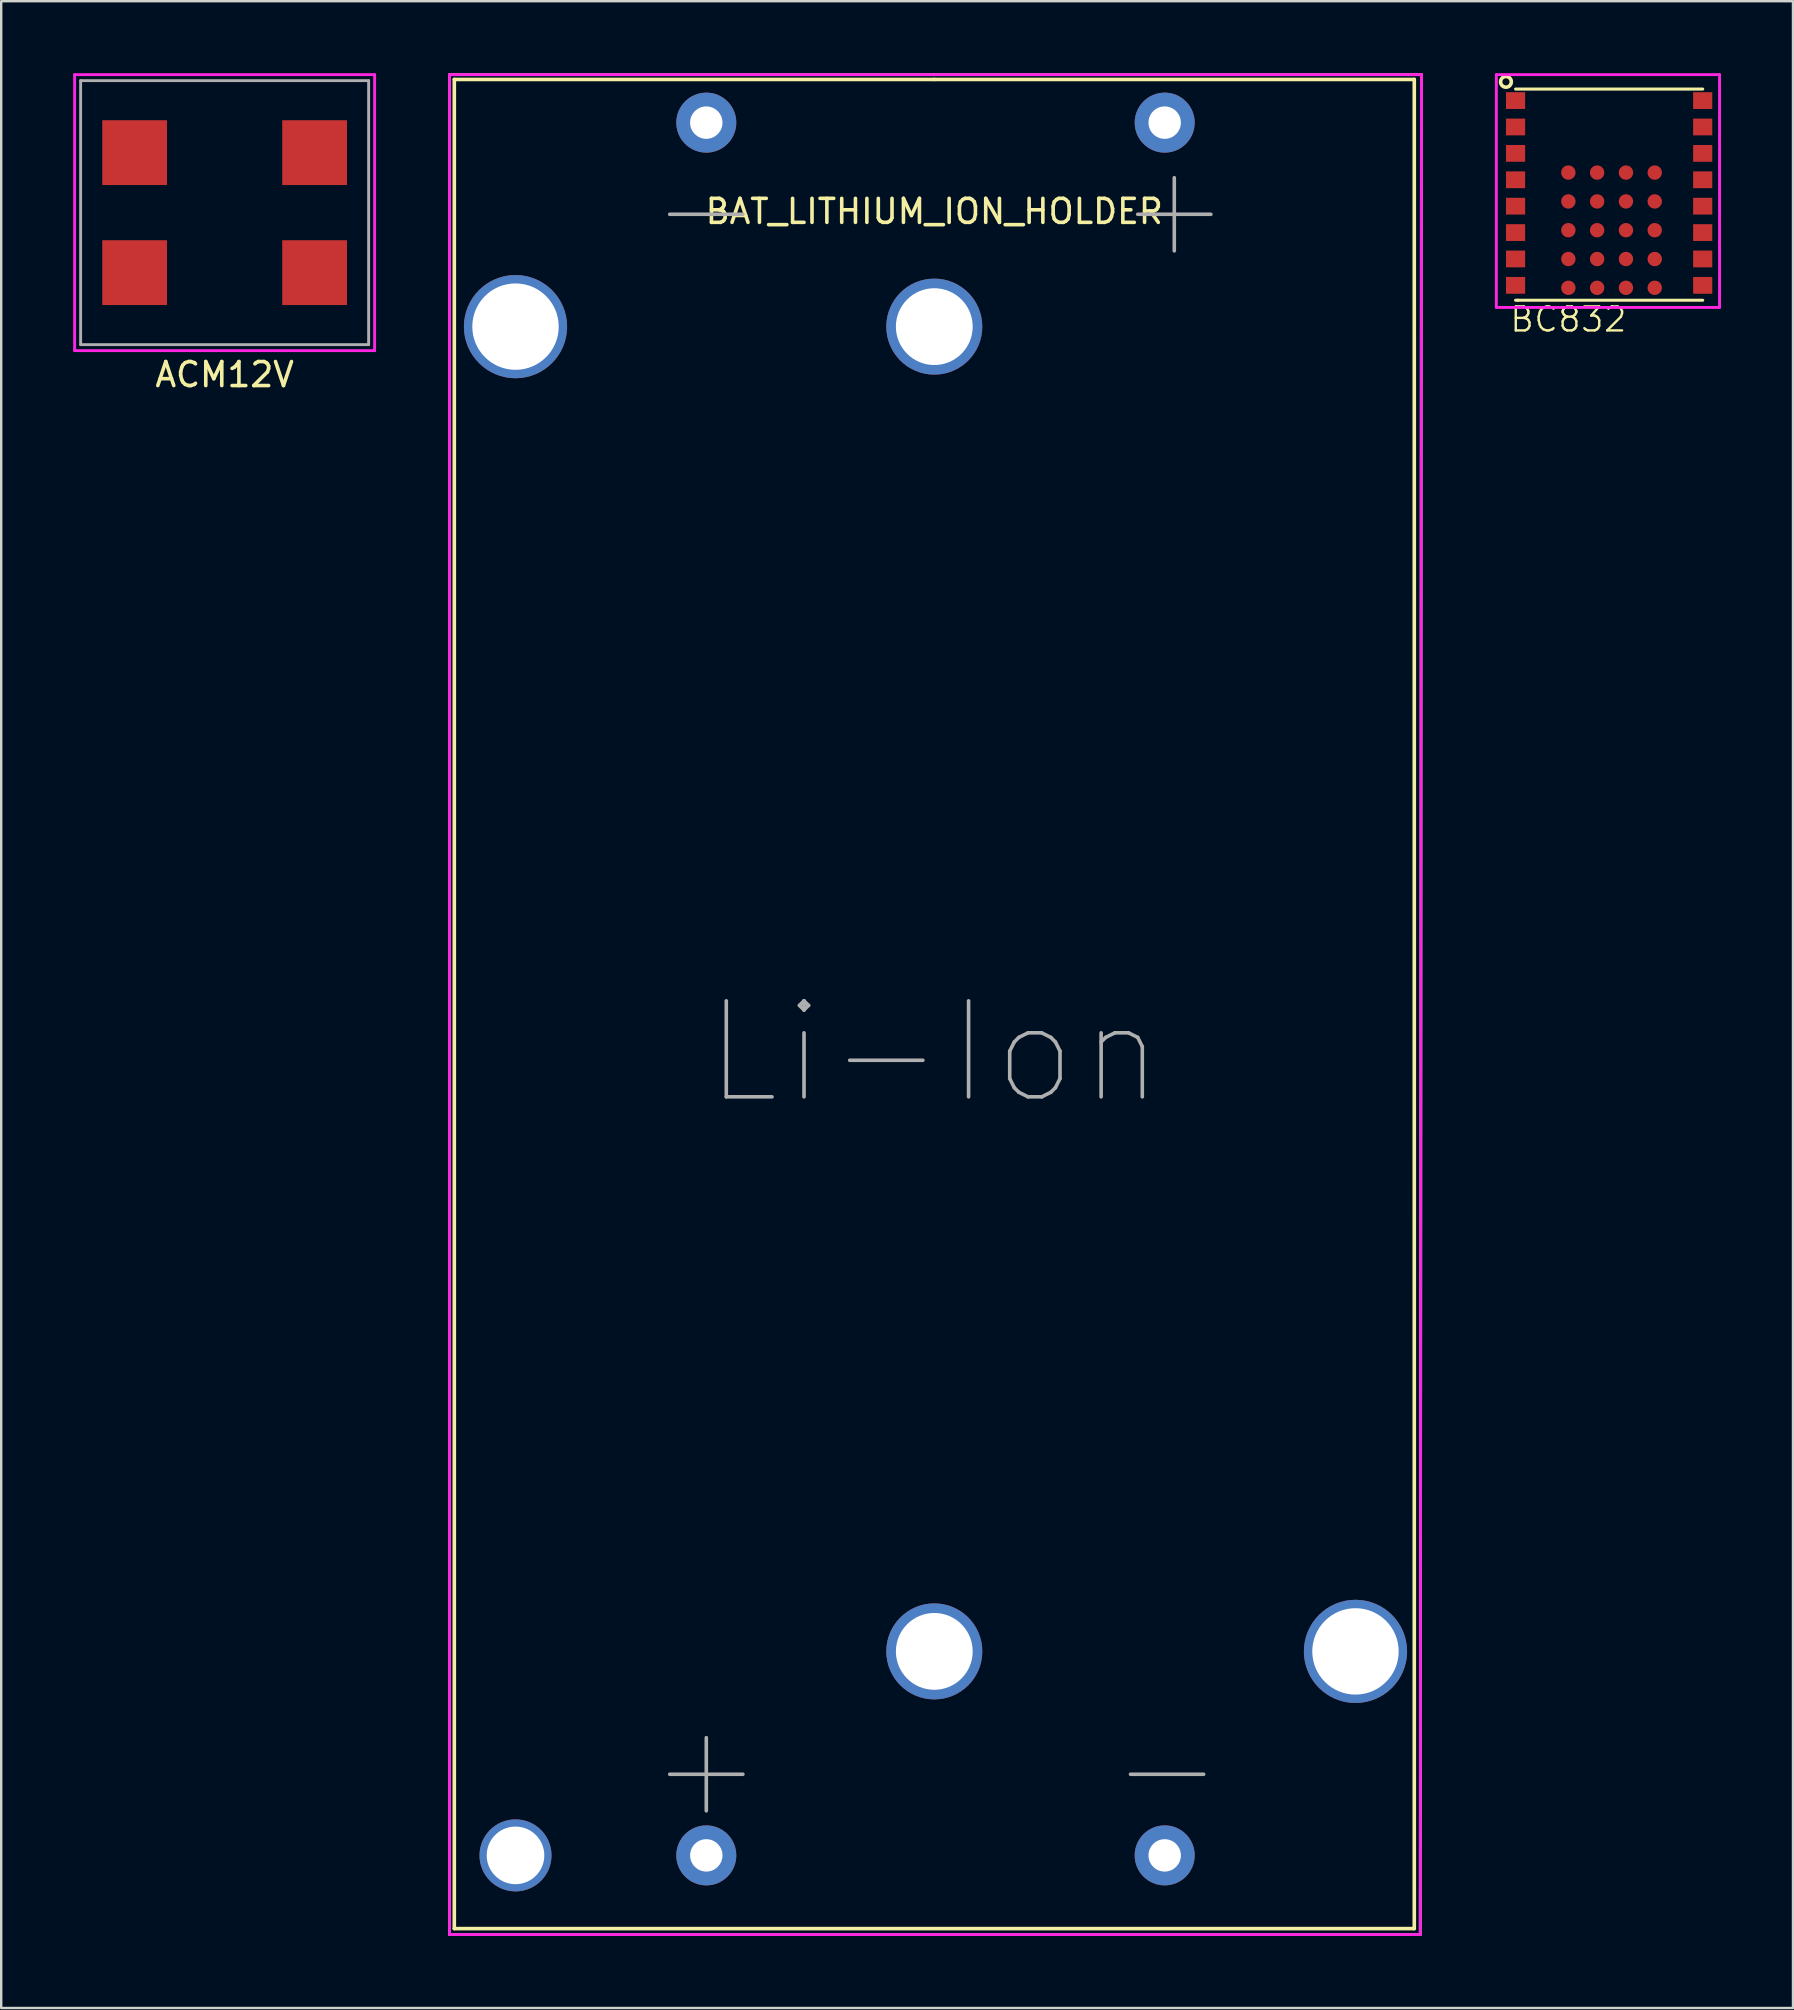
<source format=kicad_pcb>
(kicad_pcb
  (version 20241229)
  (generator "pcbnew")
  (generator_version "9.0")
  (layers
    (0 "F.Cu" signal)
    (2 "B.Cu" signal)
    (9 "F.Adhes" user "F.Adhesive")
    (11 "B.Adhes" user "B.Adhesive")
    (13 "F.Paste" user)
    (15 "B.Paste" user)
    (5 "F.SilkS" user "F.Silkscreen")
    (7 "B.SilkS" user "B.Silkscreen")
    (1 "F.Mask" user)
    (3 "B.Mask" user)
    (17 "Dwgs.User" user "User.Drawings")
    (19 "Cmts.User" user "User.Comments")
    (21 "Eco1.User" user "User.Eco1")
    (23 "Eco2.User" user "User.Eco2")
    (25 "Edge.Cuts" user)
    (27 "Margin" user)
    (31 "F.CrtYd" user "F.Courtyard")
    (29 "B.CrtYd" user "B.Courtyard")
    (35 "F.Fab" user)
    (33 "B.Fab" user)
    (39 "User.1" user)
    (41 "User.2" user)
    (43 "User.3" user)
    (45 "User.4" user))
  (footprint "BAT_LITHIUM_ION_HOLDER"
    (layer "F.Cu")
    (at 35.88 0.26)
    (property "Reference" "BAT_LITHIUM_ION_HOLDER" (at 0 5.5 0) (layer "F.SilkS") (effects (font (size 1 1) (thickness 0.15))))
    (attr through_hole)
    (fp_line (start -20 0) (end -20 77.05) (stroke (width 0.15) (type solid)) (layer "F.SilkS"))
    (fp_line (start -20 77.05) (end 20 77.05) (stroke (width 0.15) (type solid)) (layer "F.SilkS"))
    (fp_line (start 0 0) (end -20 0) (stroke (width 0.15) (type solid)) (layer "F.SilkS"))
    (fp_line (start 20 0) (end 0 0) (stroke (width 0.15) (type solid)) (layer "F.SilkS"))
    (fp_line (start 20 77.05) (end 20 0) (stroke (width 0.15) (type solid)) (layer "F.SilkS"))
    (fp_line (start -20.2 -0.2) (end -20.2 77.3) (stroke (width 0.12) (type solid)) (layer "F.CrtYd"))
    (fp_line (start -20.2 77.3) (end 20.25 77.3) (stroke (width 0.12) (type solid)) (layer "F.CrtYd"))
    (fp_line (start 20.25 77.3) (end 20.3 -0.2) (stroke (width 0.12) (type solid)) (layer "F.CrtYd"))
    (fp_line (start 20.3 -0.2) (end -20.2 -0.2) (stroke (width 0.12) (type solid)) (layer "F.CrtYd"))
    (fp_line (start -20.2 -0.2) (end -20.2 77.3) (stroke (width 0.12) (type solid)) (layer "F.Fab"))
    (fp_line (start -20.2 77.3) (end 20.25 77.3) (stroke (width 0.12) (type solid)) (layer "F.Fab"))
    (fp_line (start 20.25 77.3) (end 20.3 -0.2) (stroke (width 0.12) (type solid)) (layer "F.Fab"))
    (fp_line (start 20.3 -0.2) (end -20.2 -0.2) (stroke (width 0.12) (type solid)) (layer "F.Fab"))
    (fp_text user "-" (at 9.7 70.3 0) (layer "F.Fab") (effects (font (size 4 4) (thickness 0.15))))
    (fp_text user "+" (at 10 5.3 0) (layer "F.Fab") (effects (font (size 4 4) (thickness 0.15))))
    (fp_text user "+" (at -9.5 70.3 0) (layer "F.Fab") (effects (font (size 4 4) (thickness 0.15))))
    (fp_text user "Li-Ion" (at 0 40.55 0) (layer "F.Fab") (effects (font (size 4 4) (thickness 0.15))))
    (fp_text user "-" (at -9.5 5.3 0) (layer "F.Fab") (effects (font (size 4 4) (thickness 0.15))))
    (pad "" np_thru_hole circle (at -17.45 10.3) (size 4.3 4.3) (drill 3.6) (layers "*.Cu" "*.Mask"))
    (pad "" np_thru_hole circle (at -17.45 74) (size 3 3) (drill 2.4) (layers "*.Cu" "*.Mask"))
    (pad "" np_thru_hole circle (at 0 10.3) (size 4 4) (drill 3.2) (layers "*.Cu" "*.Mask"))
    (pad "" np_thru_hole circle (at 0 65.5) (size 4 4) (drill 3.2) (layers "*.Cu" "*.Mask"))
    (pad "" np_thru_hole circle (at 17.55 65.5) (size 4.3 4.3) (drill 3.6) (layers "*.Cu" "*.Mask"))
    (pad "1" thru_hole circle (at -9.5 74) (size 2.5 2.5) (drill 1.35) (layers "*.Cu" "*.Mask"))
    (pad "2" thru_hole circle (at 9.6 74) (size 2.5 2.5) (drill 1.35) (layers "*.Cu" "*.Mask"))
    (pad "3" thru_hole circle (at 9.6 1.8) (size 2.5 2.5) (drill 1.35) (layers "*.Cu" "*.Mask"))
    (pad "4" thru_hole circle (at -9.5 1.8) (size 2.5 2.5) (drill 1.35) (layers "*.Cu" "*.Mask")))
  (footprint "ACM12V"
    (layer "F.Cu")
    (at 6.31 5.81)
    (property "Reference" "ACM12V" (at 0 6.75 0) (layer "F.SilkS") (effects (font (size 1 1) (thickness 0.15))))
    (attr through_hole)
    (fp_line (start -6.25 -5.75) (end 6.25 -5.75) (stroke (width 0.12) (type solid)) (layer "F.CrtYd"))
    (fp_line (start -6.25 5.75) (end -6.25 -5.75) (stroke (width 0.12) (type solid)) (layer "F.CrtYd"))
    (fp_line (start 6.25 -5.75) (end 6.25 5.75) (stroke (width 0.12) (type solid)) (layer "F.CrtYd"))
    (fp_line (start 6.25 5.75) (end -6.25 5.75) (stroke (width 0.12) (type solid)) (layer "F.CrtYd"))
    (fp_line (start -6 -5.5) (end 6 -5.5) (stroke (width 0.12) (type solid)) (layer "F.Fab"))
    (fp_line (start -6 5.5) (end -6 -5.5) (stroke (width 0.12) (type solid)) (layer "F.Fab"))
    (fp_line (start 6 -5.5) (end 6 5.5) (stroke (width 0.12) (type solid)) (layer "F.Fab"))
    (fp_line (start 6 5.5) (end -6 5.5) (stroke (width 0.12) (type solid)) (layer "F.Fab"))
    (pad "1" smd rect (at -3.75 -2.5) (size 2.7 2.7) (layers "F.Cu" "F.Mask" "F.Paste"))
    (pad "2" smd rect (at -3.75 2.5) (size 2.7 2.7) (layers "F.Cu" "F.Mask" "F.Paste"))
    (pad "3" smd rect (at 3.75 2.5) (size 2.7 2.7) (layers "F.Cu" "F.Mask" "F.Paste"))
    (pad "4" smd rect (at 3.75 -2.5) (size 2.7 2.7) (layers "F.Cu" "F.Mask" "F.Paste")))
  (footprint "BC832"
    (layer "F.Cu")
    (at 60.1 9.46)
    (property "Reference" "BC832" (at 2.2 0.8 0) (layer "F.SilkS") (effects (font (size 1 1) (thickness 0.1))))
    (attr smd)
    (fp_line (start 0 -8.799) (end 7.798 -8.799) (stroke (width 0.127) (type solid)) (layer "F.SilkS"))
    (fp_line (start 0.099 0) (end 0 0) (stroke (width 0.127) (type solid)) (layer "F.SilkS"))
    (fp_line (start 7.798 0) (end 0.099 0) (stroke (width 0.127) (type solid)) (layer "F.SilkS"))
    (fp_circle (center -0.4 -9.1) (end -0.2 -9) (stroke (width 0.15) (type solid)) (fill no) (layer "F.SilkS"))
    (fp_line (start -0.8 -9.4) (end 8.5 -9.4) (stroke (width 0.12) (type solid)) (layer "F.CrtYd"))
    (fp_line (start -0.8 0.3) (end -0.8 -9.4) (stroke (width 0.12) (type solid)) (layer "F.CrtYd"))
    (fp_line (start 8.5 -9.4) (end 8.5 0.3) (stroke (width 0.12) (type solid)) (layer "F.CrtYd"))
    (fp_line (start 8.5 0.3) (end -0.8 0.3) (stroke (width 0.12) (type solid)) (layer "F.CrtYd"))
    (pad "1" smd rect (at 0 -8.319 180) (size 0.798 0.699) (layers "F.Cu" "F.Mask" "F.Paste"))
    (pad "2" smd rect (at 0 -7.219) (size 0.798 0.699) (layers "F.Cu" "F.Mask" "F.Paste"))
    (pad "3" smd rect (at 0 -6.119) (size 0.798 0.699) (layers "F.Cu" "F.Mask" "F.Paste"))
    (pad "4" smd rect (at 0 -5.019) (size 0.798 0.699) (layers "F.Cu" "F.Mask" "F.Paste"))
    (pad "5" smd rect (at 0 -3.919) (size 0.798 0.699) (layers "F.Cu" "F.Mask" "F.Paste"))
    (pad "6" smd rect (at 0 -2.819) (size 0.798 0.699) (layers "F.Cu" "F.Mask" "F.Paste"))
    (pad "7" smd rect (at 0 -1.72) (size 0.798 0.699) (layers "F.Cu" "F.Mask" "F.Paste"))
    (pad "8" smd rect (at 0 -0.62) (size 0.798 0.699) (layers "F.Cu" "F.Mask" "F.Paste"))
    (pad "9" smd rect (at 7.798 -0.62) (size 0.798 0.699) (layers "F.Cu" "F.Mask" "F.Paste"))
    (pad "10" smd rect (at 7.798 -1.72) (size 0.798 0.699) (layers "F.Cu" "F.Mask" "F.Paste"))
    (pad "11" smd rect (at 7.798 -2.819) (size 0.798 0.699) (layers "F.Cu" "F.Mask" "F.Paste"))
    (pad "12" smd rect (at 7.798 -3.919) (size 0.798 0.699) (layers "F.Cu" "F.Mask" "F.Paste"))
    (pad "13" smd rect (at 7.798 -5.019) (size 0.798 0.699) (layers "F.Cu" "F.Mask" "F.Paste"))
    (pad "14" smd rect (at 7.798 -6.119) (size 0.798 0.699) (layers "F.Cu" "F.Mask" "F.Paste"))
    (pad "15" smd rect (at 7.798 -7.219) (size 0.798 0.699) (layers "F.Cu" "F.Mask" "F.Paste"))
    (pad "16" smd rect (at 7.798 -8.319) (size 0.798 0.699) (layers "F.Cu" "F.Mask" "F.Paste"))
    (pad "A1" smd circle (at 2.2 -5.319 180) (size 0.599 0.599) (layers "F.Cu" "F.Mask" "F.Paste"))
    (pad "A2" smd circle (at 2.2 -4.117 180) (size 0.599 0.599) (layers "F.Cu" "F.Mask" "F.Paste"))
    (pad "A3" smd circle (at 2.2 -2.918 180) (size 0.599 0.599) (layers "F.Cu" "F.Mask" "F.Paste"))
    (pad "A4" smd circle (at 2.2 -1.717 180) (size 0.599 0.599) (layers "F.Cu" "F.Mask" "F.Paste"))
    (pad "A5" smd circle (at 2.2 -0.518) (size 0.599 0.599) (layers "F.Cu" "F.Mask" "F.Paste"))
    (pad "B1" smd circle (at 3.399 -5.319 180) (size 0.599 0.599) (layers "F.Cu" "F.Mask" "F.Paste"))
    (pad "B2" smd circle (at 3.399 -4.117 180) (size 0.599 0.599) (layers "F.Cu" "F.Mask" "F.Paste"))
    (pad "B3" smd circle (at 3.399 -2.918 180) (size 0.599 0.599) (layers "F.Cu" "F.Mask" "F.Paste"))
    (pad "B4" smd circle (at 3.399 -1.717 180) (size 0.599 0.599) (layers "F.Cu" "F.Mask" "F.Paste"))
    (pad "B5" smd circle (at 3.399 -0.518 180) (size 0.599 0.599) (layers "F.Cu" "F.Mask" "F.Paste"))
    (pad "C1" smd circle (at 4.6 -5.319 180) (size 0.599 0.599) (layers "F.Cu" "F.Mask" "F.Paste"))
    (pad "C2" smd circle (at 4.6 -4.117 180) (size 0.599 0.599) (layers "F.Cu" "F.Mask" "F.Paste"))
    (pad "C3" smd circle (at 4.6 -2.918 180) (size 0.599 0.599) (layers "F.Cu" "F.Mask" "F.Paste"))
    (pad "C4" smd circle (at 4.6 -1.717 180) (size 0.599 0.599) (layers "F.Cu" "F.Mask" "F.Paste"))
    (pad "C5" smd circle (at 4.6 -0.518 180) (size 0.599 0.599) (layers "F.Cu" "F.Mask" "F.Paste"))
    (pad "D1" smd circle (at 5.799 -5.319 180) (size 0.599 0.599) (layers "F.Cu" "F.Mask" "F.Paste"))
    (pad "D2" smd circle (at 5.799 -4.117 180) (size 0.599 0.599) (layers "F.Cu" "F.Mask" "F.Paste"))
    (pad "D3" smd circle (at 5.799 -2.918 180) (size 0.599 0.599) (layers "F.Cu" "F.Mask" "F.Paste"))
    (pad "D4" smd circle (at 5.799 -1.717 180) (size 0.599 0.599) (layers "F.Cu" "F.Mask" "F.Paste"))
    (pad "D5" smd circle (at 5.799 -0.518 180) (size 0.599 0.599) (layers "F.Cu" "F.Mask" "F.Paste")))
  (gr_rect
    (start -3 -3)
    (end 71.66 80.62)
    (stroke (width 0.1) (type default))
    (fill no)
    (layer "Edge.Cuts")))
</source>
